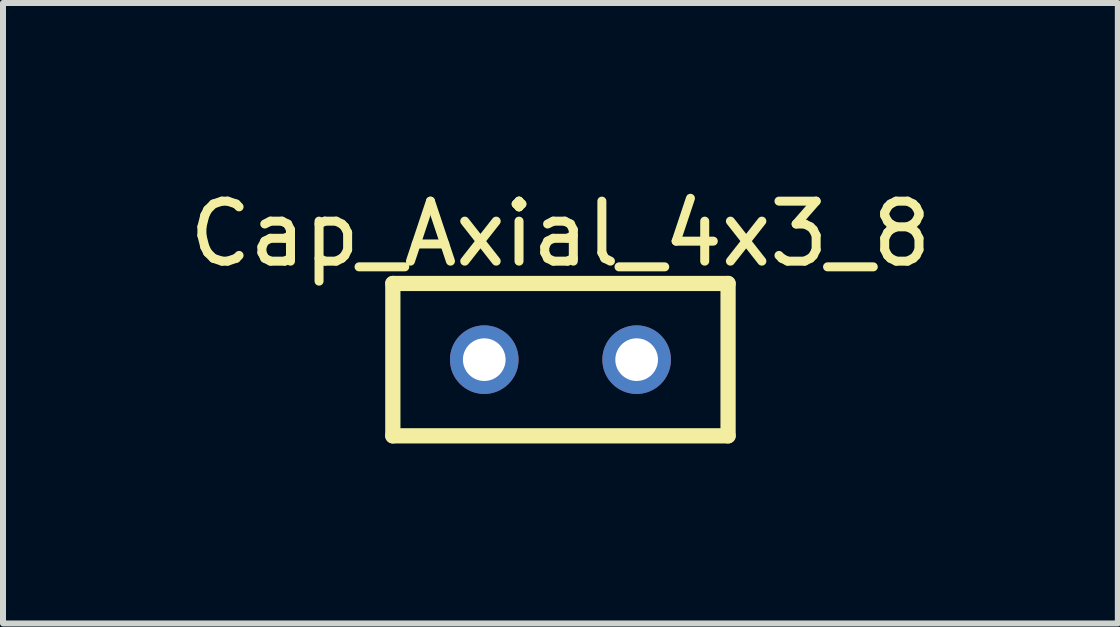
<source format=kicad_pcb>
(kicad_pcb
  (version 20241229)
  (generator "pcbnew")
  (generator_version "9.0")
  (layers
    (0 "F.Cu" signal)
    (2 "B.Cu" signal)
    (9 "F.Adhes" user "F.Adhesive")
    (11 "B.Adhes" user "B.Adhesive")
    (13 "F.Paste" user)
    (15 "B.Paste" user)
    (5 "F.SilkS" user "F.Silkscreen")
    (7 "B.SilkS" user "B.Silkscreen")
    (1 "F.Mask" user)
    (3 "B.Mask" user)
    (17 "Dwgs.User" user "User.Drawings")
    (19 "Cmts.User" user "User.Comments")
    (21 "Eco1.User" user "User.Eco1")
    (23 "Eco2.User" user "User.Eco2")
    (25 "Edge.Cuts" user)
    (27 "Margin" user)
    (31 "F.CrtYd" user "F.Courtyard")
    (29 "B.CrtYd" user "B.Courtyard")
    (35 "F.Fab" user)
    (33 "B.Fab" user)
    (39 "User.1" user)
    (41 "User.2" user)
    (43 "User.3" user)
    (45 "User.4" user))
  (footprint "Cap_Axial_4x3_8"
    (layer "F.Cu")
    (at 6.292 2.945)
    (property "Reference" "Cap_Axial_4x3_8" (at 0 -2.097 0) (layer "F.SilkS") (effects (font (size 1 1) (thickness 0.15))))
    (fp_line (start -2.794 -1.27) (end 2.794 -1.27) (stroke (width 0.254) (type solid)) (layer "F.SilkS"))
    (fp_line (start -2.794 1.27) (end -2.794 -1.27) (stroke (width 0.254) (type solid)) (layer "F.SilkS"))
    (fp_line (start -2.794 1.27) (end 2.794 1.27) (stroke (width 0.254) (type solid)) (layer "F.SilkS"))
    (fp_line (start 2.794 1.27) (end 2.794 -1.27) (stroke (width 0.254) (type solid)) (layer "F.SilkS"))
    (pad "1" thru_hole circle (at -1.27 0) (size 1.143 1.143) (drill 0.711) (layers "*.Cu" "*.Mask"))
    (pad "2" thru_hole circle (at 1.27 0) (size 1.143 1.143) (drill 0.711) (layers "*.Cu" "*.Mask")))
  (gr_rect
    (start -3 -3)
    (end 15.583 7.342)
    (stroke (width 0.1) (type default))
    (fill no)
    (layer "Edge.Cuts")))
</source>
